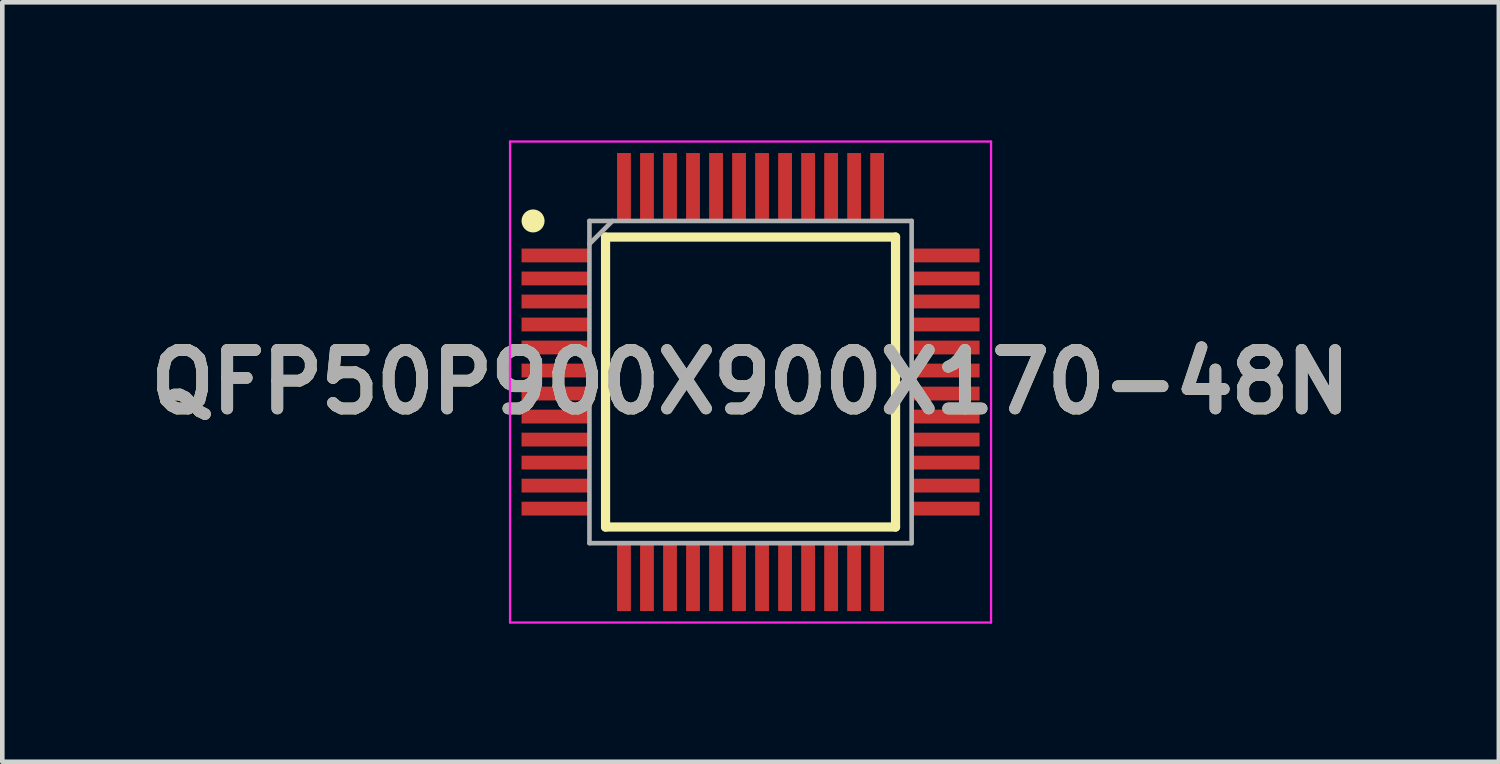
<source format=kicad_pcb>
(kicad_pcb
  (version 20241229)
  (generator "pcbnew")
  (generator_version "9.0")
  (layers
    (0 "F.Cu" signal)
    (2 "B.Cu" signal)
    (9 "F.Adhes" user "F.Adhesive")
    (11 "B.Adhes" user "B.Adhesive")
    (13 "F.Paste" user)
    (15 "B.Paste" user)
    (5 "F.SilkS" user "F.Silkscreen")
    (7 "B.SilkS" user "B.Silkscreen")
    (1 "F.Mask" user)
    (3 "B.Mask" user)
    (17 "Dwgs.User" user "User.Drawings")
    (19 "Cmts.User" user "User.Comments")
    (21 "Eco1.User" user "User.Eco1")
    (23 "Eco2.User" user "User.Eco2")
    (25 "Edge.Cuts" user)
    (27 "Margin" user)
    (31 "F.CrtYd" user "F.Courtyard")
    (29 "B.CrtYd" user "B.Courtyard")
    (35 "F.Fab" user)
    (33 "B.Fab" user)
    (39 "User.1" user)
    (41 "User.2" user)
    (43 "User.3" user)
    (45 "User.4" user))
  (footprint "QFP50P900X900X170-48N"
    (layer "F.Cu")
    (at 13.256 5.25)
    (property "Reference" "QFP50P900X900X170-48N" (at 0 0 0) (layer "F.SilkS") (effects (font (size 1.27 1.27) (thickness 0.254))))
    (attr smd)
    (fp_line (start -3.15 -3.15) (end 3.15 -3.15) (stroke (width 0.2) (type solid)) (layer "F.SilkS"))
    (fp_line (start -3.15 3.15) (end -3.15 -3.15) (stroke (width 0.2) (type solid)) (layer "F.SilkS"))
    (fp_line (start 3.15 -3.15) (end 3.15 3.15) (stroke (width 0.2) (type solid)) (layer "F.SilkS"))
    (fp_line (start 3.15 3.15) (end -3.15 3.15) (stroke (width 0.2) (type solid)) (layer "F.SilkS"))
    (fp_circle (center -4.725 -3.5) (end -4.725 -3.375) (stroke (width 0.25) (type solid)) (fill no) (layer "F.SilkS"))
    (fp_line (start -5.225 -5.225) (end 5.225 -5.225) (stroke (width 0.05) (type solid)) (layer "F.CrtYd"))
    (fp_line (start -5.225 5.225) (end -5.225 -5.225) (stroke (width 0.05) (type solid)) (layer "F.CrtYd"))
    (fp_line (start 5.225 -5.225) (end 5.225 5.225) (stroke (width 0.05) (type solid)) (layer "F.CrtYd"))
    (fp_line (start 5.225 5.225) (end -5.225 5.225) (stroke (width 0.05) (type solid)) (layer "F.CrtYd"))
    (fp_line (start -3.5 -3.5) (end 3.5 -3.5) (stroke (width 0.1) (type solid)) (layer "F.Fab"))
    (fp_line (start -3.5 -3) (end -3 -3.5) (stroke (width 0.1) (type solid)) (layer "F.Fab"))
    (fp_line (start -3.5 3.5) (end -3.5 -3.5) (stroke (width 0.1) (type solid)) (layer "F.Fab"))
    (fp_line (start 3.5 -3.5) (end 3.5 3.5) (stroke (width 0.1) (type solid)) (layer "F.Fab"))
    (fp_line (start 3.5 3.5) (end -3.5 3.5) (stroke (width 0.1) (type solid)) (layer "F.Fab"))
    (fp_text user "${REFERENCE}" (at 0 0 0) (layer "F.Fab") (effects (font (size 1.27 1.27) (thickness 0.254))))
    (pad "1" smd rect (at -4.238 -2.75 90) (size 0.3 1.475) (layers "F.Cu" "F.Mask" "F.Paste"))
    (pad "2" smd rect (at -4.238 -2.25 90) (size 0.3 1.475) (layers "F.Cu" "F.Mask" "F.Paste"))
    (pad "3" smd rect (at -4.238 -1.75 90) (size 0.3 1.475) (layers "F.Cu" "F.Mask" "F.Paste"))
    (pad "4" smd rect (at -4.238 -1.25 90) (size 0.3 1.475) (layers "F.Cu" "F.Mask" "F.Paste"))
    (pad "5" smd rect (at -4.238 -0.75 90) (size 0.3 1.475) (layers "F.Cu" "F.Mask" "F.Paste"))
    (pad "6" smd rect (at -4.238 -0.25 90) (size 0.3 1.475) (layers "F.Cu" "F.Mask" "F.Paste"))
    (pad "7" smd rect (at -4.238 0.25 90) (size 0.3 1.475) (layers "F.Cu" "F.Mask" "F.Paste"))
    (pad "8" smd rect (at -4.238 0.75 90) (size 0.3 1.475) (layers "F.Cu" "F.Mask" "F.Paste"))
    (pad "9" smd rect (at -4.238 1.25 90) (size 0.3 1.475) (layers "F.Cu" "F.Mask" "F.Paste"))
    (pad "10" smd rect (at -4.238 1.75 90) (size 0.3 1.475) (layers "F.Cu" "F.Mask" "F.Paste"))
    (pad "11" smd rect (at -4.238 2.25 90) (size 0.3 1.475) (layers "F.Cu" "F.Mask" "F.Paste"))
    (pad "12" smd rect (at -4.238 2.75 90) (size 0.3 1.475) (layers "F.Cu" "F.Mask" "F.Paste"))
    (pad "13" smd rect (at -2.75 4.238) (size 0.3 1.475) (layers "F.Cu" "F.Mask" "F.Paste"))
    (pad "14" smd rect (at -2.25 4.238) (size 0.3 1.475) (layers "F.Cu" "F.Mask" "F.Paste"))
    (pad "15" smd rect (at -1.75 4.238) (size 0.3 1.475) (layers "F.Cu" "F.Mask" "F.Paste"))
    (pad "16" smd rect (at -1.25 4.238) (size 0.3 1.475) (layers "F.Cu" "F.Mask" "F.Paste"))
    (pad "17" smd rect (at -0.75 4.238) (size 0.3 1.475) (layers "F.Cu" "F.Mask" "F.Paste"))
    (pad "18" smd rect (at -0.25 4.238) (size 0.3 1.475) (layers "F.Cu" "F.Mask" "F.Paste"))
    (pad "19" smd rect (at 0.25 4.238) (size 0.3 1.475) (layers "F.Cu" "F.Mask" "F.Paste"))
    (pad "20" smd rect (at 0.75 4.238) (size 0.3 1.475) (layers "F.Cu" "F.Mask" "F.Paste"))
    (pad "21" smd rect (at 1.25 4.238) (size 0.3 1.475) (layers "F.Cu" "F.Mask" "F.Paste"))
    (pad "22" smd rect (at 1.75 4.238) (size 0.3 1.475) (layers "F.Cu" "F.Mask" "F.Paste"))
    (pad "23" smd rect (at 2.25 4.238) (size 0.3 1.475) (layers "F.Cu" "F.Mask" "F.Paste"))
    (pad "24" smd rect (at 2.75 4.238) (size 0.3 1.475) (layers "F.Cu" "F.Mask" "F.Paste"))
    (pad "25" smd rect (at 4.238 2.75 90) (size 0.3 1.475) (layers "F.Cu" "F.Mask" "F.Paste"))
    (pad "26" smd rect (at 4.238 2.25 90) (size 0.3 1.475) (layers "F.Cu" "F.Mask" "F.Paste"))
    (pad "27" smd rect (at 4.238 1.75 90) (size 0.3 1.475) (layers "F.Cu" "F.Mask" "F.Paste"))
    (pad "28" smd rect (at 4.238 1.25 90) (size 0.3 1.475) (layers "F.Cu" "F.Mask" "F.Paste"))
    (pad "29" smd rect (at 4.238 0.75 90) (size 0.3 1.475) (layers "F.Cu" "F.Mask" "F.Paste"))
    (pad "30" smd rect (at 4.238 0.25 90) (size 0.3 1.475) (layers "F.Cu" "F.Mask" "F.Paste"))
    (pad "31" smd rect (at 4.238 -0.25 90) (size 0.3 1.475) (layers "F.Cu" "F.Mask" "F.Paste"))
    (pad "32" smd rect (at 4.238 -0.75 90) (size 0.3 1.475) (layers "F.Cu" "F.Mask" "F.Paste"))
    (pad "33" smd rect (at 4.238 -1.25 90) (size 0.3 1.475) (layers "F.Cu" "F.Mask" "F.Paste"))
    (pad "34" smd rect (at 4.238 -1.75 90) (size 0.3 1.475) (layers "F.Cu" "F.Mask" "F.Paste"))
    (pad "35" smd rect (at 4.238 -2.25 90) (size 0.3 1.475) (layers "F.Cu" "F.Mask" "F.Paste"))
    (pad "36" smd rect (at 4.238 -2.75 90) (size 0.3 1.475) (layers "F.Cu" "F.Mask" "F.Paste"))
    (pad "37" smd rect (at 2.75 -4.238) (size 0.3 1.475) (layers "F.Cu" "F.Mask" "F.Paste"))
    (pad "38" smd rect (at 2.25 -4.238) (size 0.3 1.475) (layers "F.Cu" "F.Mask" "F.Paste"))
    (pad "39" smd rect (at 1.75 -4.238) (size 0.3 1.475) (layers "F.Cu" "F.Mask" "F.Paste"))
    (pad "40" smd rect (at 1.25 -4.238) (size 0.3 1.475) (layers "F.Cu" "F.Mask" "F.Paste"))
    (pad "41" smd rect (at 0.75 -4.238) (size 0.3 1.475) (layers "F.Cu" "F.Mask" "F.Paste"))
    (pad "42" smd rect (at 0.25 -4.238) (size 0.3 1.475) (layers "F.Cu" "F.Mask" "F.Paste"))
    (pad "43" smd rect (at -0.25 -4.238) (size 0.3 1.475) (layers "F.Cu" "F.Mask" "F.Paste"))
    (pad "44" smd rect (at -0.75 -4.238) (size 0.3 1.475) (layers "F.Cu" "F.Mask" "F.Paste"))
    (pad "45" smd rect (at -1.25 -4.238) (size 0.3 1.475) (layers "F.Cu" "F.Mask" "F.Paste"))
    (pad "46" smd rect (at -1.75 -4.238) (size 0.3 1.475) (layers "F.Cu" "F.Mask" "F.Paste"))
    (pad "47" smd rect (at -2.25 -4.238) (size 0.3 1.475) (layers "F.Cu" "F.Mask" "F.Paste"))
    (pad "48" smd rect (at -2.75 -4.238) (size 0.3 1.475) (layers "F.Cu" "F.Mask" "F.Paste")))
  (gr_rect
    (start -3 -3)
    (end 29.513 13.5)
    (stroke (width 0.1) (type default))
    (fill no)
    (layer "Edge.Cuts")))
</source>
